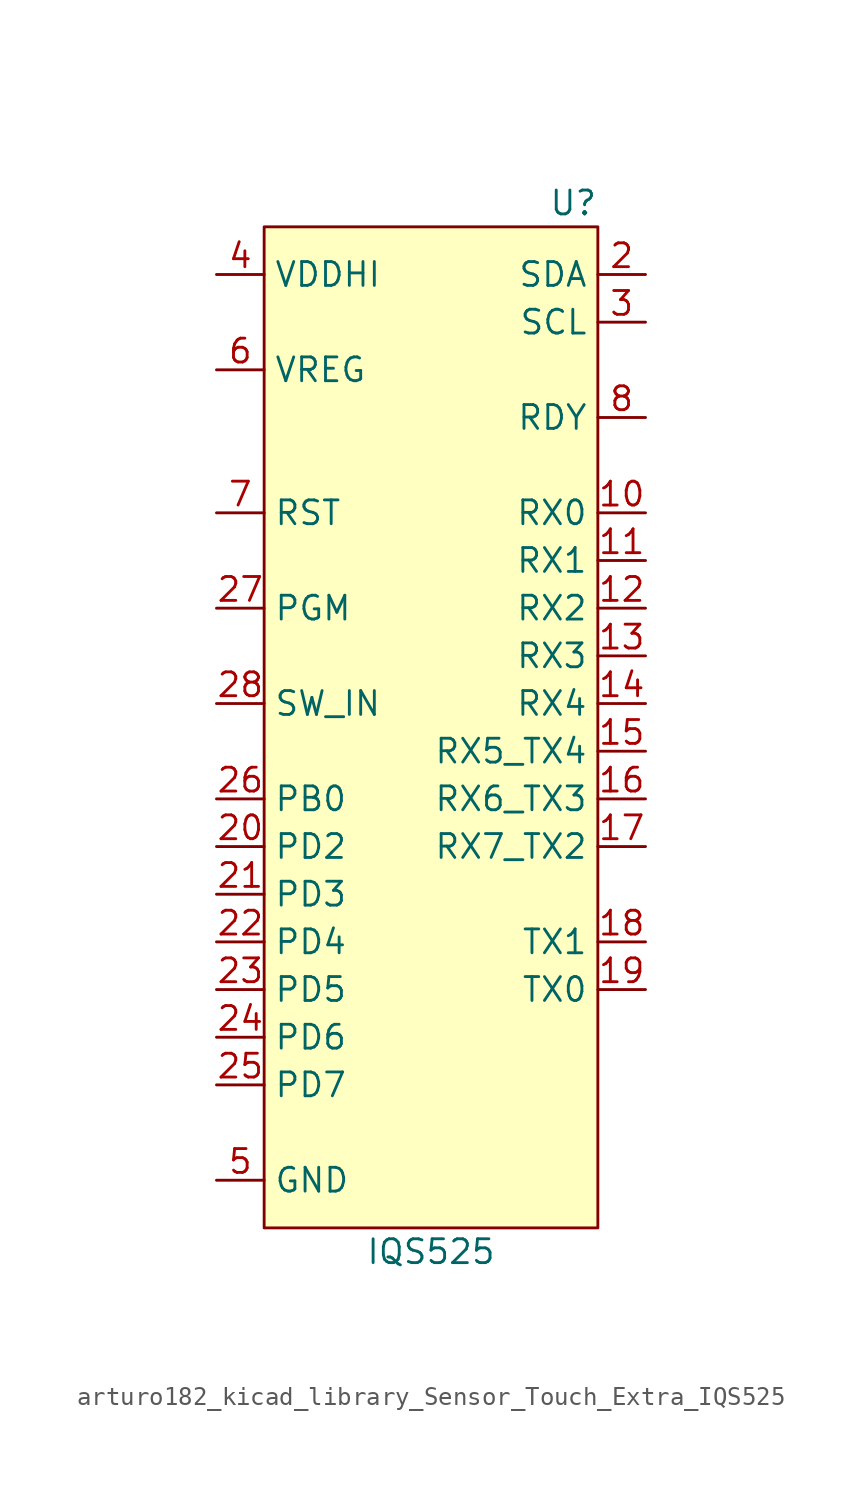
<source format=kicad_sym>
(kicad_symbol_lib
  (version 20220914)
  (generator kicad_symbol_editor)
  (symbol "arturo182_kicad_library_Sensor_Touch_Extra_IQS525"
    (property "Reference" "U"
      (at 8.89 24.13 0)
      (effects (font (size 1.27 1.27)) (justify right)))
    (property "Value" "IQS525"
      (at 0 -31.75 0)
      (effects (font (size 1.27 1.27))))
    (symbol "arturo182_kicad_library_Sensor_Touch_Extra_IQS525_0_0"
      (pin bidirectional line (at 11.43 7.62 180) (length 2.54) (name "RX0" (effects (font (size 1.27 1.27)))) (number "10" (effects (font (size 1.27 1.27)))))
      (pin bidirectional line (at 11.43 5.08 180) (length 2.54) (name "RX1" (effects (font (size 1.27 1.27)))) (number "11" (effects (font (size 1.27 1.27)))))
      (pin bidirectional line (at 11.43 2.54 180) (length 2.54) (name "RX2" (effects (font (size 1.27 1.27)))) (number "12" (effects (font (size 1.27 1.27)))))
      (pin bidirectional line (at 11.43 0 180) (length 2.54) (name "RX3" (effects (font (size 1.27 1.27)))) (number "13" (effects (font (size 1.27 1.27)))))
      (pin bidirectional line (at 11.43 -2.54 180) (length 2.54) (name "RX4" (effects (font (size 1.27 1.27)))) (number "14" (effects (font (size 1.27 1.27)))))
      (pin bidirectional line (at 11.43 -5.08 180) (length 2.54) (name "RX5_TX4" (effects (font (size 1.27 1.27)))) (number "15" (effects (font (size 1.27 1.27)))))
      (pin bidirectional line (at 11.43 -7.62 180) (length 2.54) (name "RX6_TX3" (effects (font (size 1.27 1.27)))) (number "16" (effects (font (size 1.27 1.27)))))
      (pin bidirectional line (at 11.43 -10.16 180) (length 2.54) (name "RX7_TX2" (effects (font (size 1.27 1.27)))) (number "17" (effects (font (size 1.27 1.27)))))
      (pin bidirectional line (at 11.43 -15.24 180) (length 2.54) (name "TX1" (effects (font (size 1.27 1.27)))) (number "18" (effects (font (size 1.27 1.27)))))
      (pin bidirectional line (at 11.43 -17.78 180) (length 2.54) (name "TX0" (effects (font (size 1.27 1.27)))) (number "19" (effects (font (size 1.27 1.27)))))
      (pin bidirectional line (at 11.43 20.32 180) (length 2.54) (name "SDA" (effects (font (size 1.27 1.27)))) (number "2" (effects (font (size 1.27 1.27)))))
      (pin bidirectional line (at -11.43 -10.16 0) (length 2.54) (name "PD2" (effects (font (size 1.27 1.27)))) (number "20" (effects (font (size 1.27 1.27)))))
      (pin bidirectional line (at -11.43 -12.7 0) (length 2.54) (name "PD3" (effects (font (size 1.27 1.27)))) (number "21" (effects (font (size 1.27 1.27)))))
      (pin bidirectional line (at -11.43 -15.24 0) (length 2.54) (name "PD4" (effects (font (size 1.27 1.27)))) (number "22" (effects (font (size 1.27 1.27)))))
      (pin bidirectional line (at -11.43 -17.78 0) (length 2.54) (name "PD5" (effects (font (size 1.27 1.27)))) (number "23" (effects (font (size 1.27 1.27)))))
      (pin bidirectional line (at -11.43 -20.32 0) (length 2.54) (name "PD6" (effects (font (size 1.27 1.27)))) (number "24" (effects (font (size 1.27 1.27)))))
      (pin bidirectional line (at -11.43 -22.86 0) (length 2.54) (name "PD7" (effects (font (size 1.27 1.27)))) (number "25" (effects (font (size 1.27 1.27)))))
      (pin bidirectional line (at -11.43 -7.62 0) (length 2.54) (name "PB0" (effects (font (size 1.27 1.27)))) (number "26" (effects (font (size 1.27 1.27)))))
      (pin input line (at -11.43 2.54 0) (length 2.54) (name "PGM" (effects (font (size 1.27 1.27)))) (number "27" (effects (font (size 1.27 1.27)))))
      (pin bidirectional line (at -11.43 -2.54 0) (length 2.54) (name "SW_IN" (effects (font (size 1.27 1.27)))) (number "28" (effects (font (size 1.27 1.27)))))
      (pin input line (at 11.43 17.78 180) (length 2.54) (name "SCL" (effects (font (size 1.27 1.27)))) (number "3" (effects (font (size 1.27 1.27)))))
      (pin power_in line (at -11.43 20.32 0) (length 2.54) (name "VDDHI" (effects (font (size 1.27 1.27)))) (number "4" (effects (font (size 1.27 1.27)))))
      (pin power_in line (at -11.43 -27.94 0) (length 2.54) (name "GND" (effects (font (size 1.27 1.27)))) (number "5" (effects (font (size 1.27 1.27)))))
      (pin power_out line (at -11.43 15.24 0) (length 2.54) (name "VREG" (effects (font (size 1.27 1.27)))) (number "6" (effects (font (size 1.27 1.27)))))
      (pin input line (at -11.43 7.62 0) (length 2.54) (name "RST" (effects (font (size 1.27 1.27)))) (number "7" (effects (font (size 1.27 1.27)))))
      (pin output line (at 11.43 12.7 180) (length 2.54) (name "RDY" (effects (font (size 1.27 1.27)))) (number "8" (effects (font (size 1.27 1.27))))))
    (symbol "arturo182_kicad_library_Sensor_Touch_Extra_IQS525_1_0"
      (pin no_connect line (at 2.54 -21.59 0) (length 2.54) hide (name "NC" (effects (font (size 1.27 1.27)))) (number "1" (effects (font (size 1.27 1.27)))))
      (pin no_connect line (at 2.54 -19.05 0) (length 2.54) hide (name "NC" (effects (font (size 1.27 1.27)))) (number "9" (effects (font (size 1.27 1.27))))))
    (symbol "arturo182_kicad_library_Sensor_Touch_Extra_IQS525_1_1"
      (rectangle (start -8.89 22.86) (end 8.89 -30.48) (stroke (width 0) (type default)) (fill (type background))))))
</source>
